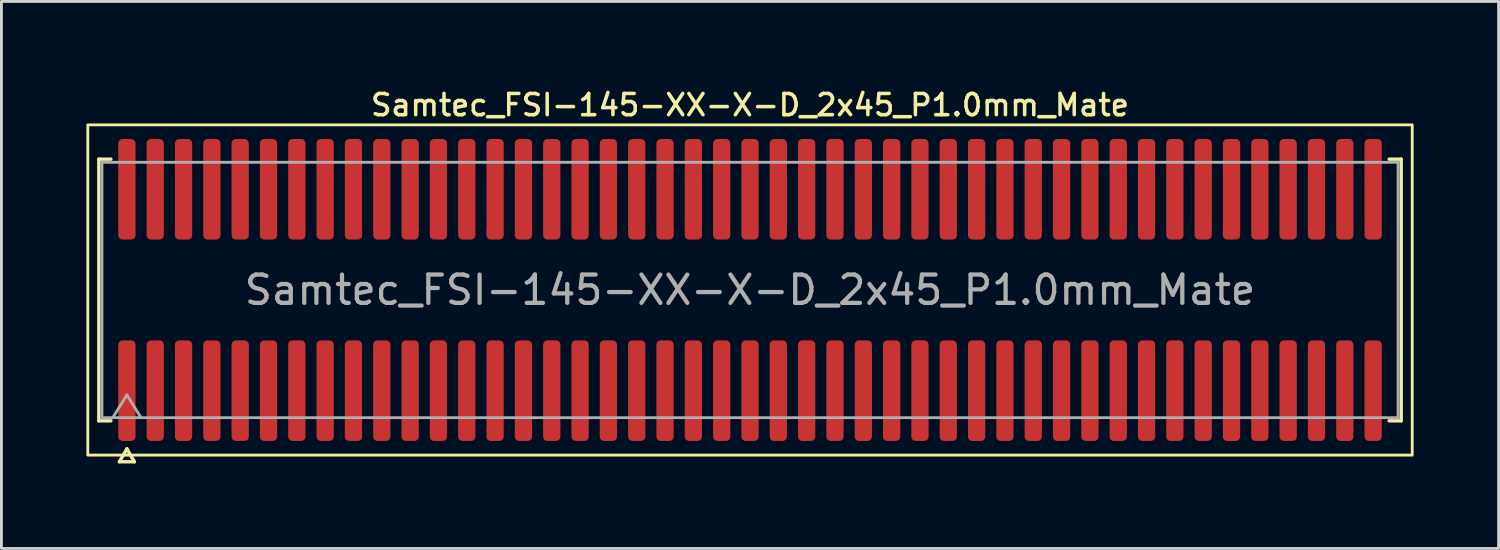
<source format=kicad_pcb>
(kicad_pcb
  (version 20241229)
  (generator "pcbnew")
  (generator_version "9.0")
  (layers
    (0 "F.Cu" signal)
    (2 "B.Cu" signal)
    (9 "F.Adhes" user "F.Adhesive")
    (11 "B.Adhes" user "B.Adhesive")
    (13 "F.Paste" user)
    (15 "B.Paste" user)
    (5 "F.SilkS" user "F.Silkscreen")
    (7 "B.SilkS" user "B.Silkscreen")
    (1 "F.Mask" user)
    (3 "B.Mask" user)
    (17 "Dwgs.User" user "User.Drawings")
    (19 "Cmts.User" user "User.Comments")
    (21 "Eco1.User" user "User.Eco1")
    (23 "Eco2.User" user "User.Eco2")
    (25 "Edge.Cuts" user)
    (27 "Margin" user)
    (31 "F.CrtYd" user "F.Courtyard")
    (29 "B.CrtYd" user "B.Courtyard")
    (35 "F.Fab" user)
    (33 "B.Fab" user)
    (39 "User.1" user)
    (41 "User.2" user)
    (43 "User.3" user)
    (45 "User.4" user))
  (footprint "Samtec_FSI-145-XX-X-D_2x45_P1.0mm_Mate"
    (layer "F.Cu")
    (at 23.43 7.188)
    (property "Reference" "Samtec_FSI-145-XX-X-D_2x45_P1.0mm_Mate" (at 0 -6.53 0) (layer "F.SilkS") (effects (font (size 0.75 0.75) (thickness 0.125))))
    (attr exclude_from_pos_files exclude_from_bom)
    (fp_line (start -22.99 -4.619) (end -22.565 -4.619) (stroke (width 0.12) (type solid)) (layer "F.SilkS"))
    (fp_line (start -22.99 4.619) (end -22.99 -4.619) (stroke (width 0.12) (type solid)) (layer "F.SilkS"))
    (fp_line (start -22.565 4.619) (end -22.99 4.619) (stroke (width 0.12) (type solid)) (layer "F.SilkS"))
    (fp_line (start -22.264 6.066) (end -22 5.609) (stroke (width 0.12) (type solid)) (layer "F.SilkS"))
    (fp_line (start -22 5.609) (end -21.736 6.066) (stroke (width 0.12) (type solid)) (layer "F.SilkS"))
    (fp_line (start -21.736 6.066) (end -22.264 6.066) (stroke (width 0.12) (type solid)) (layer "F.SilkS"))
    (fp_line (start 22.565 -4.619) (end 22.99 -4.619) (stroke (width 0.12) (type solid)) (layer "F.SilkS"))
    (fp_line (start 22.99 -4.619) (end 22.99 4.619) (stroke (width 0.12) (type solid)) (layer "F.SilkS"))
    (fp_line (start 22.99 4.619) (end 22.565 4.619) (stroke (width 0.12) (type solid)) (layer "F.SilkS"))
    (fp_rect (start -23.38 -5.83) (end 23.38 5.83) (stroke (width 0.1) (type solid)) (fill no) (layer "F.SilkS"))
    (fp_line (start -22.88 -4.508) (end 22.88 -4.508) (stroke (width 0.1) (type solid)) (layer "F.Fab"))
    (fp_line (start -22.88 4.508) (end -22.88 -4.508) (stroke (width 0.1) (type solid)) (layer "F.Fab"))
    (fp_line (start -22.5 4.508) (end -22 3.708) (stroke (width 0.1) (type solid)) (layer "F.Fab"))
    (fp_line (start -22 3.708) (end -21.5 4.508) (stroke (width 0.1) (type solid)) (layer "F.Fab"))
    (fp_line (start 22.88 -4.508) (end 22.88 4.508) (stroke (width 0.1) (type solid)) (layer "F.Fab"))
    (fp_line (start 22.88 4.508) (end -22.88 4.508) (stroke (width 0.1) (type solid)) (layer "F.Fab"))
    (fp_text user "${REFERENCE}" (at 0 0 0) (layer "F.Fab") (effects (font (size 1 1) (thickness 0.15))))
    (pad "1" smd roundrect (at -22 3.555) (size 0.61 3.55) (layers "F.Cu" "F.Mask") (roundrect_rratio 0.25))
    (pad "2" smd roundrect (at -22 -3.555) (size 0.61 3.55) (layers "F.Cu" "F.Mask") (roundrect_rratio 0.25))
    (pad "3" smd roundrect (at -21 3.555) (size 0.61 3.55) (layers "F.Cu" "F.Mask") (roundrect_rratio 0.25))
    (pad "4" smd roundrect (at -21 -3.555) (size 0.61 3.55) (layers "F.Cu" "F.Mask") (roundrect_rratio 0.25))
    (pad "5" smd roundrect (at -20 3.555) (size 0.61 3.55) (layers "F.Cu" "F.Mask") (roundrect_rratio 0.25))
    (pad "6" smd roundrect (at -20 -3.555) (size 0.61 3.55) (layers "F.Cu" "F.Mask") (roundrect_rratio 0.25))
    (pad "7" smd roundrect (at -19 3.555) (size 0.61 3.55) (layers "F.Cu" "F.Mask") (roundrect_rratio 0.25))
    (pad "8" smd roundrect (at -19 -3.555) (size 0.61 3.55) (layers "F.Cu" "F.Mask") (roundrect_rratio 0.25))
    (pad "9" smd roundrect (at -18 3.555) (size 0.61 3.55) (layers "F.Cu" "F.Mask") (roundrect_rratio 0.25))
    (pad "10" smd roundrect (at -18 -3.555) (size 0.61 3.55) (layers "F.Cu" "F.Mask") (roundrect_rratio 0.25))
    (pad "11" smd roundrect (at -17 3.555) (size 0.61 3.55) (layers "F.Cu" "F.Mask") (roundrect_rratio 0.25))
    (pad "12" smd roundrect (at -17 -3.555) (size 0.61 3.55) (layers "F.Cu" "F.Mask") (roundrect_rratio 0.25))
    (pad "13" smd roundrect (at -16 3.555) (size 0.61 3.55) (layers "F.Cu" "F.Mask") (roundrect_rratio 0.25))
    (pad "14" smd roundrect (at -16 -3.555) (size 0.61 3.55) (layers "F.Cu" "F.Mask") (roundrect_rratio 0.25))
    (pad "15" smd roundrect (at -15 3.555) (size 0.61 3.55) (layers "F.Cu" "F.Mask") (roundrect_rratio 0.25))
    (pad "16" smd roundrect (at -15 -3.555) (size 0.61 3.55) (layers "F.Cu" "F.Mask") (roundrect_rratio 0.25))
    (pad "17" smd roundrect (at -14 3.555) (size 0.61 3.55) (layers "F.Cu" "F.Mask") (roundrect_rratio 0.25))
    (pad "18" smd roundrect (at -14 -3.555) (size 0.61 3.55) (layers "F.Cu" "F.Mask") (roundrect_rratio 0.25))
    (pad "19" smd roundrect (at -13 3.555) (size 0.61 3.55) (layers "F.Cu" "F.Mask") (roundrect_rratio 0.25))
    (pad "20" smd roundrect (at -13 -3.555) (size 0.61 3.55) (layers "F.Cu" "F.Mask") (roundrect_rratio 0.25))
    (pad "21" smd roundrect (at -12 3.555) (size 0.61 3.55) (layers "F.Cu" "F.Mask") (roundrect_rratio 0.25))
    (pad "22" smd roundrect (at -12 -3.555) (size 0.61 3.55) (layers "F.Cu" "F.Mask") (roundrect_rratio 0.25))
    (pad "23" smd roundrect (at -11 3.555) (size 0.61 3.55) (layers "F.Cu" "F.Mask") (roundrect_rratio 0.25))
    (pad "24" smd roundrect (at -11 -3.555) (size 0.61 3.55) (layers "F.Cu" "F.Mask") (roundrect_rratio 0.25))
    (pad "25" smd roundrect (at -10 3.555) (size 0.61 3.55) (layers "F.Cu" "F.Mask") (roundrect_rratio 0.25))
    (pad "26" smd roundrect (at -10 -3.555) (size 0.61 3.55) (layers "F.Cu" "F.Mask") (roundrect_rratio 0.25))
    (pad "27" smd roundrect (at -9 3.555) (size 0.61 3.55) (layers "F.Cu" "F.Mask") (roundrect_rratio 0.25))
    (pad "28" smd roundrect (at -9 -3.555) (size 0.61 3.55) (layers "F.Cu" "F.Mask") (roundrect_rratio 0.25))
    (pad "29" smd roundrect (at -8 3.555) (size 0.61 3.55) (layers "F.Cu" "F.Mask") (roundrect_rratio 0.25))
    (pad "30" smd roundrect (at -8 -3.555) (size 0.61 3.55) (layers "F.Cu" "F.Mask") (roundrect_rratio 0.25))
    (pad "31" smd roundrect (at -7 3.555) (size 0.61 3.55) (layers "F.Cu" "F.Mask") (roundrect_rratio 0.25))
    (pad "32" smd roundrect (at -7 -3.555) (size 0.61 3.55) (layers "F.Cu" "F.Mask") (roundrect_rratio 0.25))
    (pad "33" smd roundrect (at -6 3.555) (size 0.61 3.55) (layers "F.Cu" "F.Mask") (roundrect_rratio 0.25))
    (pad "34" smd roundrect (at -6 -3.555) (size 0.61 3.55) (layers "F.Cu" "F.Mask") (roundrect_rratio 0.25))
    (pad "35" smd roundrect (at -5 3.555) (size 0.61 3.55) (layers "F.Cu" "F.Mask") (roundrect_rratio 0.25))
    (pad "36" smd roundrect (at -5 -3.555) (size 0.61 3.55) (layers "F.Cu" "F.Mask") (roundrect_rratio 0.25))
    (pad "37" smd roundrect (at -4 3.555) (size 0.61 3.55) (layers "F.Cu" "F.Mask") (roundrect_rratio 0.25))
    (pad "38" smd roundrect (at -4 -3.555) (size 0.61 3.55) (layers "F.Cu" "F.Mask") (roundrect_rratio 0.25))
    (pad "39" smd roundrect (at -3 3.555) (size 0.61 3.55) (layers "F.Cu" "F.Mask") (roundrect_rratio 0.25))
    (pad "40" smd roundrect (at -3 -3.555) (size 0.61 3.55) (layers "F.Cu" "F.Mask") (roundrect_rratio 0.25))
    (pad "41" smd roundrect (at -2 3.555) (size 0.61 3.55) (layers "F.Cu" "F.Mask") (roundrect_rratio 0.25))
    (pad "42" smd roundrect (at -2 -3.555) (size 0.61 3.55) (layers "F.Cu" "F.Mask") (roundrect_rratio 0.25))
    (pad "43" smd roundrect (at -1 3.555) (size 0.61 3.55) (layers "F.Cu" "F.Mask") (roundrect_rratio 0.25))
    (pad "44" smd roundrect (at -1 -3.555) (size 0.61 3.55) (layers "F.Cu" "F.Mask") (roundrect_rratio 0.25))
    (pad "45" smd roundrect (at 0 3.555) (size 0.61 3.55) (layers "F.Cu" "F.Mask") (roundrect_rratio 0.25))
    (pad "46" smd roundrect (at 0 -3.555) (size 0.61 3.55) (layers "F.Cu" "F.Mask") (roundrect_rratio 0.25))
    (pad "47" smd roundrect (at 1 3.555) (size 0.61 3.55) (layers "F.Cu" "F.Mask") (roundrect_rratio 0.25))
    (pad "48" smd roundrect (at 1 -3.555) (size 0.61 3.55) (layers "F.Cu" "F.Mask") (roundrect_rratio 0.25))
    (pad "49" smd roundrect (at 2 3.555) (size 0.61 3.55) (layers "F.Cu" "F.Mask") (roundrect_rratio 0.25))
    (pad "50" smd roundrect (at 2 -3.555) (size 0.61 3.55) (layers "F.Cu" "F.Mask") (roundrect_rratio 0.25))
    (pad "51" smd roundrect (at 3 3.555) (size 0.61 3.55) (layers "F.Cu" "F.Mask") (roundrect_rratio 0.25))
    (pad "52" smd roundrect (at 3 -3.555) (size 0.61 3.55) (layers "F.Cu" "F.Mask") (roundrect_rratio 0.25))
    (pad "53" smd roundrect (at 4 3.555) (size 0.61 3.55) (layers "F.Cu" "F.Mask") (roundrect_rratio 0.25))
    (pad "54" smd roundrect (at 4 -3.555) (size 0.61 3.55) (layers "F.Cu" "F.Mask") (roundrect_rratio 0.25))
    (pad "55" smd roundrect (at 5 3.555) (size 0.61 3.55) (layers "F.Cu" "F.Mask") (roundrect_rratio 0.25))
    (pad "56" smd roundrect (at 5 -3.555) (size 0.61 3.55) (layers "F.Cu" "F.Mask") (roundrect_rratio 0.25))
    (pad "57" smd roundrect (at 6 3.555) (size 0.61 3.55) (layers "F.Cu" "F.Mask") (roundrect_rratio 0.25))
    (pad "58" smd roundrect (at 6 -3.555) (size 0.61 3.55) (layers "F.Cu" "F.Mask") (roundrect_rratio 0.25))
    (pad "59" smd roundrect (at 7 3.555) (size 0.61 3.55) (layers "F.Cu" "F.Mask") (roundrect_rratio 0.25))
    (pad "60" smd roundrect (at 7 -3.555) (size 0.61 3.55) (layers "F.Cu" "F.Mask") (roundrect_rratio 0.25))
    (pad "61" smd roundrect (at 8 3.555) (size 0.61 3.55) (layers "F.Cu" "F.Mask") (roundrect_rratio 0.25))
    (pad "62" smd roundrect (at 8 -3.555) (size 0.61 3.55) (layers "F.Cu" "F.Mask") (roundrect_rratio 0.25))
    (pad "63" smd roundrect (at 9 3.555) (size 0.61 3.55) (layers "F.Cu" "F.Mask") (roundrect_rratio 0.25))
    (pad "64" smd roundrect (at 9 -3.555) (size 0.61 3.55) (layers "F.Cu" "F.Mask") (roundrect_rratio 0.25))
    (pad "65" smd roundrect (at 10 3.555) (size 0.61 3.55) (layers "F.Cu" "F.Mask") (roundrect_rratio 0.25))
    (pad "66" smd roundrect (at 10 -3.555) (size 0.61 3.55) (layers "F.Cu" "F.Mask") (roundrect_rratio 0.25))
    (pad "67" smd roundrect (at 11 3.555) (size 0.61 3.55) (layers "F.Cu" "F.Mask") (roundrect_rratio 0.25))
    (pad "68" smd roundrect (at 11 -3.555) (size 0.61 3.55) (layers "F.Cu" "F.Mask") (roundrect_rratio 0.25))
    (pad "69" smd roundrect (at 12 3.555) (size 0.61 3.55) (layers "F.Cu" "F.Mask") (roundrect_rratio 0.25))
    (pad "70" smd roundrect (at 12 -3.555) (size 0.61 3.55) (layers "F.Cu" "F.Mask") (roundrect_rratio 0.25))
    (pad "71" smd roundrect (at 13 3.555) (size 0.61 3.55) (layers "F.Cu" "F.Mask") (roundrect_rratio 0.25))
    (pad "72" smd roundrect (at 13 -3.555) (size 0.61 3.55) (layers "F.Cu" "F.Mask") (roundrect_rratio 0.25))
    (pad "73" smd roundrect (at 14 3.555) (size 0.61 3.55) (layers "F.Cu" "F.Mask") (roundrect_rratio 0.25))
    (pad "74" smd roundrect (at 14 -3.555) (size 0.61 3.55) (layers "F.Cu" "F.Mask") (roundrect_rratio 0.25))
    (pad "75" smd roundrect (at 15 3.555) (size 0.61 3.55) (layers "F.Cu" "F.Mask") (roundrect_rratio 0.25))
    (pad "76" smd roundrect (at 15 -3.555) (size 0.61 3.55) (layers "F.Cu" "F.Mask") (roundrect_rratio 0.25))
    (pad "77" smd roundrect (at 16 3.555) (size 0.61 3.55) (layers "F.Cu" "F.Mask") (roundrect_rratio 0.25))
    (pad "78" smd roundrect (at 16 -3.555) (size 0.61 3.55) (layers "F.Cu" "F.Mask") (roundrect_rratio 0.25))
    (pad "79" smd roundrect (at 17 3.555) (size 0.61 3.55) (layers "F.Cu" "F.Mask") (roundrect_rratio 0.25))
    (pad "80" smd roundrect (at 17 -3.555) (size 0.61 3.55) (layers "F.Cu" "F.Mask") (roundrect_rratio 0.25))
    (pad "81" smd roundrect (at 18 3.555) (size 0.61 3.55) (layers "F.Cu" "F.Mask") (roundrect_rratio 0.25))
    (pad "82" smd roundrect (at 18 -3.555) (size 0.61 3.55) (layers "F.Cu" "F.Mask") (roundrect_rratio 0.25))
    (pad "83" smd roundrect (at 19 3.555) (size 0.61 3.55) (layers "F.Cu" "F.Mask") (roundrect_rratio 0.25))
    (pad "84" smd roundrect (at 19 -3.555) (size 0.61 3.55) (layers "F.Cu" "F.Mask") (roundrect_rratio 0.25))
    (pad "85" smd roundrect (at 20 3.555) (size 0.61 3.55) (layers "F.Cu" "F.Mask") (roundrect_rratio 0.25))
    (pad "86" smd roundrect (at 20 -3.555) (size 0.61 3.55) (layers "F.Cu" "F.Mask") (roundrect_rratio 0.25))
    (pad "87" smd roundrect (at 21 3.555) (size 0.61 3.55) (layers "F.Cu" "F.Mask") (roundrect_rratio 0.25))
    (pad "88" smd roundrect (at 21 -3.555) (size 0.61 3.55) (layers "F.Cu" "F.Mask") (roundrect_rratio 0.25))
    (pad "89" smd roundrect (at 22 3.555) (size 0.61 3.55) (layers "F.Cu" "F.Mask") (roundrect_rratio 0.25))
    (pad "90" smd roundrect (at 22 -3.555) (size 0.61 3.55) (layers "F.Cu" "F.Mask") (roundrect_rratio 0.25)))
  (gr_rect
    (start -3 -3)
    (end 49.86 16.314)
    (stroke (width 0.1) (type default))
    (fill no)
    (layer "Edge.Cuts")))
</source>
